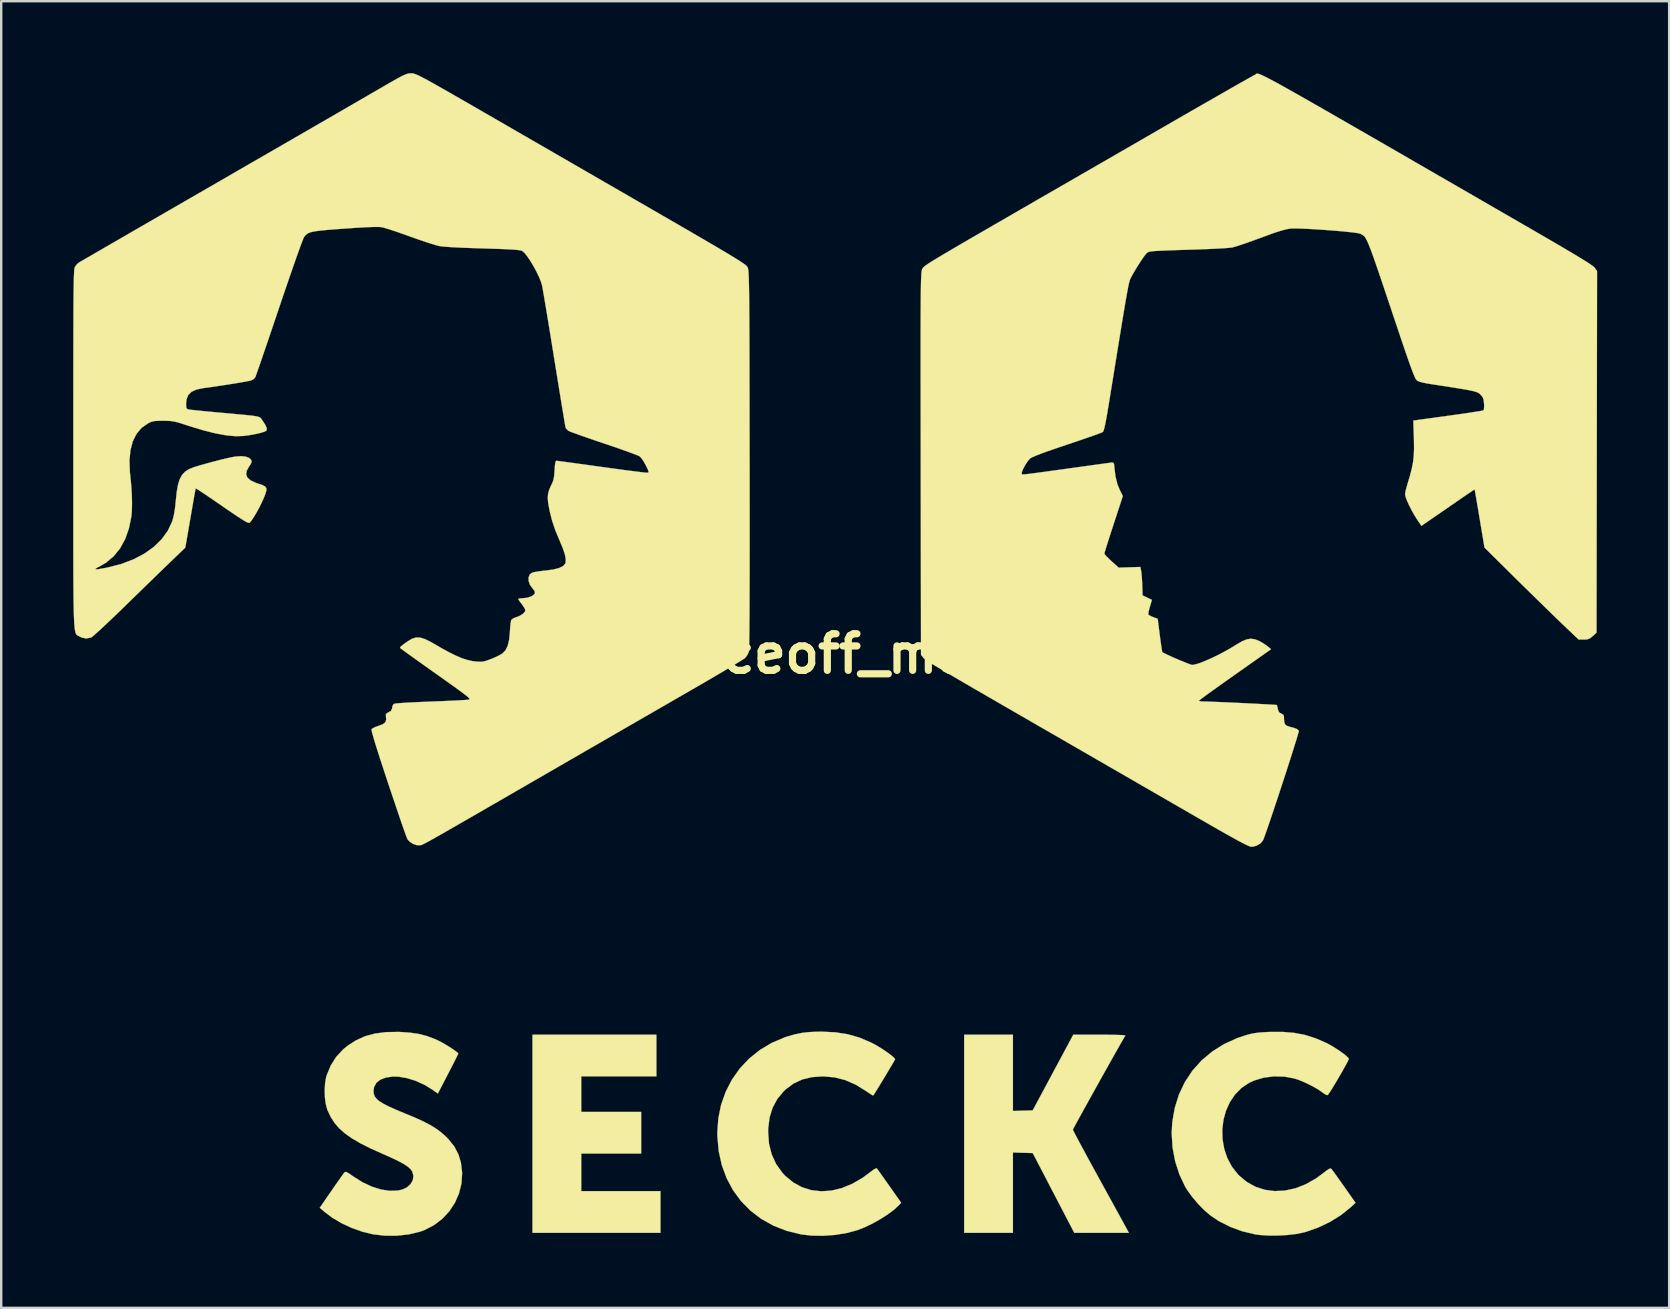
<source format=kicad_pcb>
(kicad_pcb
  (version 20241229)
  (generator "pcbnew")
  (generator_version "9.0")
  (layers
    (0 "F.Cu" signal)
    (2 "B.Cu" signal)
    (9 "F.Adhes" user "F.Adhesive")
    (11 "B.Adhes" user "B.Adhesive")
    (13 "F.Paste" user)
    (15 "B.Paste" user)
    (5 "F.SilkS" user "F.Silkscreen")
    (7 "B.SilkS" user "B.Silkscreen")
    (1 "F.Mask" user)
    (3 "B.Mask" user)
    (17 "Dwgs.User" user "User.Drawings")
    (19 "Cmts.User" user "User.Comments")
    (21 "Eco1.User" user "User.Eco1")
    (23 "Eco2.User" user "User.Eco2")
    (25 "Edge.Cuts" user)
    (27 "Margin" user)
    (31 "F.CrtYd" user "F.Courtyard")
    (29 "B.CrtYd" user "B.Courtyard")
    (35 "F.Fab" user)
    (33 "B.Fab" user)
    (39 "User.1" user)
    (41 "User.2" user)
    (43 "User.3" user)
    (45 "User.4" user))
  (footprint "faceoff_med"
    (layer "F.Cu")
    (at 31.755 24.196)
    (property "Reference" "faceoff_med" (at 0 0 0) (layer "F.SilkS") (effects (font (size 1.524 1.524) (thickness 0.3))))
    (attr through_hole)
    (fp_poly (pts (xy -7.451 17.611) (xy -10.583 17.611) (xy -10.583 19.092) (xy -8.086 19.092) (xy -8.086 20.828) (xy -10.583 20.828) (xy -10.583 22.394) (xy -7.281 22.394) (xy -7.281 24.13) (xy -12.615 24.13) (xy -12.615 15.875) (xy -7.451 15.875) (xy -7.451 17.611)) (stroke (width 0.01) (type solid)) (fill yes) (layer "F.SilkS"))
    (fp_poly (pts (xy 7.408 19.053) (xy 7.82 19.041) (xy 8.232 19.029) (xy 9.923 15.875) (xy 11.018 15.875) (xy 11.311 15.876) (xy 11.573 15.879) (xy 11.793 15.885) (xy 11.96 15.891) (xy 12.064 15.899) (xy 12.093 15.907) (xy 12.032 16.01) (xy 11.94 16.171) (xy 11.82 16.381) (xy 11.678 16.632) (xy 11.518 16.915) (xy 11.346 17.223) (xy 11.164 17.547) (xy 10.979 17.879) (xy 10.795 18.21) (xy 10.616 18.532) (xy 10.447 18.836) (xy 10.293 19.115) (xy 10.158 19.36) (xy 10.048 19.562) (xy 9.966 19.713) (xy 9.918 19.806) (xy 9.906 19.831) (xy 9.926 19.877) (xy 9.983 19.99) (xy 10.074 20.163) (xy 10.194 20.389) (xy 10.341 20.661) (xy 10.509 20.973) (xy 10.697 21.317) (xy 10.899 21.686) (xy 11.011 21.89) (xy 11.221 22.272) (xy 11.421 22.635) (xy 11.606 22.971) (xy 11.771 23.273) (xy 11.914 23.534) (xy 12.03 23.745) (xy 12.115 23.901) (xy 12.165 23.994) (xy 12.176 24.014) (xy 12.237 24.13) (xy 9.964 24.13) (xy 8.234 20.807) (xy 7.821 20.795) (xy 7.408 20.783) (xy 7.408 24.13) (xy 5.376 24.13) (xy 5.376 15.875) (xy 7.408 15.875) (xy 7.408 19.053)) (stroke (width 0.01) (type solid)) (fill yes) (layer "F.SilkS"))
    (fp_poly (pts (xy 0.002 15.774) (xy 0.523 15.856) (xy 1.016 15.997) (xy 1.499 16.204) (xy 1.636 16.274) (xy 1.808 16.372) (xy 1.987 16.485) (xy 2.16 16.603) (xy 2.311 16.714) (xy 2.426 16.809) (xy 2.49 16.876) (xy 2.498 16.895) (xy 2.477 16.937) (xy 2.42 17.037) (xy 2.334 17.184) (xy 2.228 17.362) (xy 2.11 17.56) (xy 1.987 17.764) (xy 1.867 17.96) (xy 1.759 18.137) (xy 1.671 18.279) (xy 1.61 18.375) (xy 1.586 18.409) (xy 1.547 18.393) (xy 1.458 18.338) (xy 1.336 18.256) (xy 1.305 18.234) (xy 0.865 17.961) (xy 0.427 17.768) (xy -0.019 17.653) (xy -0.485 17.611) (xy -0.527 17.611) (xy -0.977 17.643) (xy -1.377 17.741) (xy -1.734 17.908) (xy -2.055 18.146) (xy -2.142 18.228) (xy -2.41 18.55) (xy -2.607 18.913) (xy -2.733 19.32) (xy -2.79 19.773) (xy -2.794 19.939) (xy -2.757 20.422) (xy -2.646 20.864) (xy -2.461 21.266) (xy -2.204 21.626) (xy -2.078 21.76) (xy -1.745 22.034) (xy -1.381 22.232) (xy -0.992 22.354) (xy -0.583 22.4) (xy -0.159 22.372) (xy 0.275 22.268) (xy 0.711 22.09) (xy 1.146 21.837) (xy 1.495 21.577) (xy 1.61 21.491) (xy 1.697 21.446) (xy 1.734 21.446) (xy 1.769 21.491) (xy 1.844 21.594) (xy 1.951 21.745) (xy 2.083 21.931) (xy 2.232 22.142) (xy 2.26 22.181) (xy 2.75 22.878) (xy 2.655 22.979) (xy 2.451 23.168) (xy 2.184 23.367) (xy 1.876 23.564) (xy 1.546 23.748) (xy 1.214 23.907) (xy 0.929 24.018) (xy 0.485 24.138) (xy -0.005 24.218) (xy -0.512 24.254) (xy -1.007 24.245) (xy -1.429 24.194) (xy -2.029 24.045) (xy -2.581 23.829) (xy -3.083 23.547) (xy -3.531 23.206) (xy -3.923 22.808) (xy -4.254 22.357) (xy -4.521 21.859) (xy -4.722 21.316) (xy -4.852 20.734) (xy -4.908 20.115) (xy -4.911 19.963) (xy -4.87 19.364) (xy -4.753 18.791) (xy -4.561 18.25) (xy -4.301 17.746) (xy -3.975 17.285) (xy -3.588 16.873) (xy -3.145 16.516) (xy -2.648 16.218) (xy -2.103 15.986) (xy -1.976 15.944) (xy -1.669 15.857) (xy -1.378 15.799) (xy -1.072 15.764) (xy -0.723 15.75) (xy -0.566 15.748) (xy 0.002 15.774)) (stroke (width 0.01) (type solid)) (fill yes) (layer "F.SilkS"))
    (fp_poly (pts (xy 19.149 15.801) (xy 19.6 15.89) (xy 20.039 16.031) (xy 20.468 16.218) (xy 20.641 16.31) (xy 20.828 16.423) (xy 21.013 16.544) (xy 21.179 16.663) (xy 21.31 16.768) (xy 21.391 16.849) (xy 21.407 16.875) (xy 21.391 16.922) (xy 21.339 17.027) (xy 21.258 17.178) (xy 21.156 17.361) (xy 21.041 17.562) (xy 20.921 17.768) (xy 20.803 17.965) (xy 20.696 18.141) (xy 20.606 18.28) (xy 20.543 18.371) (xy 20.528 18.389) (xy 20.479 18.387) (xy 20.39 18.339) (xy 20.327 18.293) (xy 20.125 18.154) (xy 19.871 18.009) (xy 19.594 17.873) (xy 19.325 17.76) (xy 19.136 17.698) (xy 18.716 17.62) (xy 18.283 17.61) (xy 17.857 17.665) (xy 17.458 17.784) (xy 17.252 17.879) (xy 16.931 18.095) (xy 16.662 18.368) (xy 16.446 18.688) (xy 16.286 19.044) (xy 16.181 19.427) (xy 16.133 19.825) (xy 16.143 20.229) (xy 16.212 20.629) (xy 16.341 21.013) (xy 16.532 21.373) (xy 16.786 21.696) (xy 16.827 21.739) (xy 17.156 22.013) (xy 17.518 22.213) (xy 17.908 22.339) (xy 18.319 22.392) (xy 18.743 22.371) (xy 19.175 22.277) (xy 19.607 22.109) (xy 20.033 21.868) (xy 20.337 21.646) (xy 20.481 21.534) (xy 20.576 21.471) (xy 20.636 21.45) (xy 20.675 21.465) (xy 20.68 21.47) (xy 20.721 21.521) (xy 20.801 21.63) (xy 20.913 21.785) (xy 21.048 21.974) (xy 21.197 22.185) (xy 21.209 22.203) (xy 21.685 22.88) (xy 21.463 23.083) (xy 21.07 23.397) (xy 20.618 23.677) (xy 20.128 23.912) (xy 19.622 24.089) (xy 19.527 24.115) (xy 19.212 24.179) (xy 18.842 24.222) (xy 18.446 24.244) (xy 18.053 24.243) (xy 17.692 24.22) (xy 17.492 24.192) (xy 16.964 24.066) (xy 16.455 23.878) (xy 15.984 23.639) (xy 15.628 23.399) (xy 15.377 23.182) (xy 15.12 22.918) (xy 14.878 22.632) (xy 14.674 22.351) (xy 14.59 22.215) (xy 14.346 21.701) (xy 14.168 21.146) (xy 14.059 20.566) (xy 14.024 19.976) (xy 14.048 19.533) (xy 14.151 18.931) (xy 14.327 18.368) (xy 14.574 17.848) (xy 14.889 17.373) (xy 15.268 16.949) (xy 15.709 16.579) (xy 16.207 16.266) (xy 16.759 16.015) (xy 17.124 15.893) (xy 17.311 15.843) (xy 17.492 15.808) (xy 17.692 15.784) (xy 17.936 15.767) (xy 18.124 15.759) (xy 18.664 15.759) (xy 19.149 15.801)) (stroke (width 0.01) (type solid)) (fill yes) (layer "F.SilkS"))
    (fp_poly (pts (xy -18.14 15.76) (xy -17.721 15.789) (xy -17.358 15.842) (xy -17.025 15.927) (xy -16.696 16.05) (xy -16.56 16.11) (xy -16.422 16.18) (xy -16.261 16.271) (xy -16.095 16.372) (xy -15.94 16.473) (xy -15.813 16.562) (xy -15.73 16.629) (xy -15.706 16.661) (xy -15.724 16.703) (xy -15.776 16.809) (xy -15.856 16.967) (xy -15.959 17.168) (xy -16.078 17.399) (xy -16.132 17.504) (xy -16.558 18.326) (xy -16.759 18.182) (xy -17.099 17.971) (xy -17.466 17.803) (xy -17.838 17.685) (xy -18.196 17.623) (xy -18.433 17.618) (xy -18.726 17.66) (xy -18.957 17.749) (xy -19.122 17.882) (xy -19.217 18.058) (xy -19.241 18.225) (xy -19.228 18.342) (xy -19.187 18.449) (xy -19.109 18.551) (xy -18.988 18.652) (xy -18.815 18.759) (xy -18.584 18.876) (xy -18.286 19.008) (xy -17.921 19.16) (xy -17.509 19.331) (xy -17.167 19.488) (xy -16.881 19.636) (xy -16.64 19.783) (xy -16.43 19.937) (xy -16.24 20.104) (xy -16.123 20.222) (xy -15.875 20.53) (xy -15.702 20.857) (xy -15.597 21.203) (xy -15.546 21.641) (xy -15.574 22.071) (xy -15.676 22.486) (xy -15.847 22.877) (xy -16.081 23.234) (xy -16.374 23.548) (xy -16.72 23.811) (xy -17.113 24.014) (xy -17.301 24.083) (xy -17.764 24.194) (xy -18.265 24.25) (xy -18.778 24.248) (xy -19.267 24.191) (xy -19.701 24.085) (xy -20.143 23.928) (xy -20.57 23.73) (xy -20.957 23.502) (xy -21.27 23.267) (xy -21.479 23.086) (xy -20.999 22.391) (xy -20.848 22.173) (xy -20.711 21.977) (xy -20.595 21.812) (xy -20.509 21.693) (xy -20.462 21.629) (xy -20.459 21.626) (xy -20.424 21.596) (xy -20.38 21.594) (xy -20.311 21.626) (xy -20.201 21.698) (xy -20.094 21.774) (xy -19.708 22.018) (xy -19.318 22.203) (xy -18.934 22.325) (xy -18.567 22.381) (xy -18.228 22.37) (xy -18.045 22.33) (xy -17.846 22.238) (xy -17.695 22.101) (xy -17.602 21.937) (xy -17.575 21.758) (xy -17.622 21.582) (xy -17.627 21.572) (xy -17.693 21.479) (xy -17.793 21.385) (xy -17.938 21.286) (xy -18.133 21.175) (xy -18.389 21.049) (xy -18.714 20.902) (xy -18.873 20.832) (xy -19.368 20.61) (xy -19.787 20.399) (xy -20.138 20.193) (xy -20.43 19.987) (xy -20.669 19.775) (xy -20.864 19.549) (xy -21.021 19.305) (xy -21.149 19.036) (xy -21.168 18.986) (xy -21.229 18.761) (xy -21.265 18.484) (xy -21.274 18.186) (xy -21.257 17.895) (xy -21.213 17.642) (xy -21.191 17.568) (xy -21.018 17.153) (xy -20.795 16.8) (xy -20.514 16.496) (xy -20.325 16.34) (xy -19.969 16.109) (xy -19.59 15.939) (xy -19.176 15.826) (xy -18.715 15.767) (xy -18.197 15.758) (xy -18.14 15.76)) (stroke (width 0.01) (type solid)) (fill yes) (layer "F.SilkS"))
    (fp_poly (pts (xy 17.603 -24.176) (xy 17.641 -24.168) (xy 17.691 -24.152) (xy 17.755 -24.126) (xy 17.837 -24.089) (xy 17.938 -24.039) (xy 18.062 -23.976) (xy 18.21 -23.898) (xy 18.385 -23.803) (xy 18.59 -23.691) (xy 18.827 -23.559) (xy 19.098 -23.406) (xy 19.406 -23.232) (xy 19.754 -23.034) (xy 20.143 -22.812) (xy 20.577 -22.563) (xy 21.057 -22.287) (xy 21.587 -21.982) (xy 22.169 -21.647) (xy 22.804 -21.281) (xy 23.497 -20.881) (xy 24.248 -20.447) (xy 25.061 -19.977) (xy 25.939 -19.471) (xy 26.882 -18.925) (xy 27.895 -18.34) (xy 28.723 -17.862) (xy 29.277 -17.542) (xy 29.76 -17.261) (xy 30.179 -17.017) (xy 30.535 -16.807) (xy 30.834 -16.629) (xy 31.08 -16.48) (xy 31.277 -16.358) (xy 31.428 -16.261) (xy 31.538 -16.185) (xy 31.611 -16.129) (xy 31.651 -16.09) (xy 31.655 -16.085) (xy 31.751 -15.946) (xy 31.74 -8.414) (xy 31.729 -0.882) (xy 31.571 -0.738) (xy 31.458 -0.647) (xy 31.355 -0.604) (xy 31.217 -0.593) (xy 31.198 -0.593) (xy 30.983 -0.593) (xy 30.276 -1.267) (xy 30.082 -1.453) (xy 29.84 -1.688) (xy 29.562 -1.959) (xy 29.259 -2.255) (xy 28.944 -2.564) (xy 28.628 -2.874) (xy 28.323 -3.175) (xy 28.315 -3.183) (xy 27.061 -4.424) (xy 26.859 -5.63) (xy 26.807 -5.939) (xy 26.76 -6.219) (xy 26.719 -6.46) (xy 26.686 -6.651) (xy 26.663 -6.783) (xy 26.651 -6.844) (xy 26.65 -6.847) (xy 26.614 -6.828) (xy 26.522 -6.769) (xy 26.385 -6.677) (xy 26.216 -6.562) (xy 26.138 -6.507) (xy 25.916 -6.354) (xy 25.652 -6.172) (xy 25.376 -5.981) (xy 25.114 -5.801) (xy 25.032 -5.745) (xy 24.431 -5.332) (xy 24.258 -5.587) (xy 24.144 -5.767) (xy 24.03 -5.97) (xy 23.925 -6.176) (xy 23.837 -6.367) (xy 23.776 -6.526) (xy 23.75 -6.634) (xy 23.75 -6.644) (xy 23.762 -6.736) (xy 23.795 -6.879) (xy 23.842 -7.046) (xy 23.851 -7.078) (xy 23.956 -7.427) (xy 24.031 -7.722) (xy 24.083 -7.987) (xy 24.112 -8.248) (xy 24.124 -8.527) (xy 24.121 -8.851) (xy 24.118 -8.976) (xy 24.094 -9.719) (xy 25.532 -9.917) (xy 25.872 -9.964) (xy 26.186 -10.009) (xy 26.464 -10.05) (xy 26.696 -10.086) (xy 26.872 -10.114) (xy 26.982 -10.134) (xy 27.015 -10.143) (xy 27.039 -10.201) (xy 27.046 -10.325) (xy 27.042 -10.421) (xy 27.024 -10.579) (xy 26.987 -10.686) (xy 26.918 -10.777) (xy 26.895 -10.801) (xy 26.856 -10.837) (xy 26.811 -10.869) (xy 26.753 -10.898) (xy 26.672 -10.926) (xy 26.562 -10.954) (xy 26.415 -10.986) (xy 26.221 -11.021) (xy 25.974 -11.062) (xy 25.664 -11.111) (xy 25.285 -11.17) (xy 24.962 -11.219) (xy 24.698 -11.261) (xy 24.506 -11.298) (xy 24.372 -11.333) (xy 24.282 -11.369) (xy 24.232 -11.404) (xy 24.201 -11.444) (xy 24.16 -11.522) (xy 24.108 -11.642) (xy 24.042 -11.811) (xy 23.96 -12.034) (xy 23.86 -12.317) (xy 23.74 -12.665) (xy 23.598 -13.083) (xy 23.478 -13.441) (xy 23.261 -14.088) (xy 23.069 -14.661) (xy 22.901 -15.162) (xy 22.754 -15.598) (xy 22.626 -15.973) (xy 22.516 -16.292) (xy 22.422 -16.56) (xy 22.342 -16.782) (xy 22.273 -16.961) (xy 22.214 -17.105) (xy 22.164 -17.216) (xy 22.119 -17.3) (xy 22.079 -17.363) (xy 22.041 -17.407) (xy 22.004 -17.44) (xy 21.965 -17.464) (xy 21.924 -17.486) (xy 21.883 -17.506) (xy 21.808 -17.526) (xy 21.661 -17.549) (xy 21.456 -17.573) (xy 21.203 -17.599) (xy 20.917 -17.625) (xy 20.61 -17.649) (xy 20.295 -17.672) (xy 19.985 -17.692) (xy 19.691 -17.708) (xy 19.428 -17.72) (xy 19.207 -17.726) (xy 19.042 -17.725) (xy 18.982 -17.722) (xy 18.814 -17.694) (xy 18.588 -17.634) (xy 18.322 -17.55) (xy 18.156 -17.491) (xy 17.741 -17.338) (xy 17.398 -17.214) (xy 17.119 -17.115) (xy 16.898 -17.039) (xy 16.727 -16.984) (xy 16.6 -16.947) (xy 16.552 -16.935) (xy 16.463 -16.923) (xy 16.301 -16.909) (xy 16.079 -16.894) (xy 15.808 -16.88) (xy 15.502 -16.866) (xy 15.171 -16.854) (xy 15.028 -16.849) (xy 14.576 -16.835) (xy 14.2 -16.823) (xy 13.894 -16.812) (xy 13.649 -16.802) (xy 13.458 -16.793) (xy 13.313 -16.784) (xy 13.205 -16.774) (xy 13.129 -16.763) (xy 13.075 -16.75) (xy 13.036 -16.735) (xy 13.004 -16.718) (xy 13.004 -16.718) (xy 12.948 -16.661) (xy 12.861 -16.546) (xy 12.752 -16.388) (xy 12.632 -16.202) (xy 12.511 -16.005) (xy 12.398 -15.811) (xy 12.305 -15.637) (xy 12.304 -15.636) (xy 12.286 -15.593) (xy 12.267 -15.532) (xy 12.244 -15.444) (xy 12.218 -15.326) (xy 12.188 -15.169) (xy 12.151 -14.968) (xy 12.107 -14.718) (xy 12.055 -14.411) (xy 11.993 -14.042) (xy 11.921 -13.605) (xy 11.838 -13.094) (xy 11.791 -12.806) (xy 11.727 -12.413) (xy 11.655 -11.969) (xy 11.58 -11.504) (xy 11.506 -11.048) (xy 11.438 -10.631) (xy 11.41 -10.457) (xy 11.349 -10.09) (xy 11.299 -9.8) (xy 11.256 -9.579) (xy 11.22 -9.419) (xy 11.19 -9.314) (xy 11.163 -9.255) (xy 11.15 -9.241) (xy 11.094 -9.216) (xy 10.968 -9.168) (xy 10.781 -9.1) (xy 10.542 -9.016) (xy 10.261 -8.919) (xy 9.949 -8.813) (xy 9.666 -8.718) (xy 9.216 -8.566) (xy 8.846 -8.438) (xy 8.553 -8.331) (xy 8.336 -8.245) (xy 8.192 -8.181) (xy 8.124 -8.139) (xy 8.046 -8.054) (xy 7.961 -7.933) (xy 7.88 -7.796) (xy 7.814 -7.664) (xy 7.775 -7.557) (xy 7.773 -7.495) (xy 7.776 -7.492) (xy 7.785 -7.484) (xy 7.798 -7.479) (xy 7.822 -7.476) (xy 7.865 -7.476) (xy 7.932 -7.482) (xy 8.032 -7.493) (xy 8.17 -7.51) (xy 8.355 -7.534) (xy 8.592 -7.566) (xy 8.888 -7.606) (xy 9.252 -7.656) (xy 9.689 -7.717) (xy 9.927 -7.75) (xy 10.28 -7.799) (xy 10.608 -7.844) (xy 10.902 -7.885) (xy 11.152 -7.919) (xy 11.348 -7.946) (xy 11.479 -7.963) (xy 11.536 -7.971) (xy 11.592 -7.962) (xy 11.62 -7.908) (xy 11.632 -7.811) (xy 11.678 -7.408) (xy 11.761 -7.071) (xy 11.854 -6.842) (xy 11.987 -6.572) (xy 11.603 -5.398) (xy 11.505 -5.097) (xy 11.416 -4.822) (xy 11.34 -4.582) (xy 11.279 -4.388) (xy 11.238 -4.251) (xy 11.22 -4.182) (xy 11.219 -4.176) (xy 11.249 -4.128) (xy 11.328 -4.04) (xy 11.444 -3.926) (xy 11.517 -3.858) (xy 11.815 -3.589) (xy 12.267 -3.604) (xy 12.72 -3.619) (xy 12.751 -3.45) (xy 12.767 -3.333) (xy 12.781 -3.16) (xy 12.793 -2.96) (xy 12.797 -2.857) (xy 12.81 -2.434) (xy 13.005 -2.34) (xy 13.2 -2.246) (xy 13.117 -1.967) (xy 13.077 -1.82) (xy 13.052 -1.704) (xy 13.048 -1.643) (xy 13.094 -1.602) (xy 13.193 -1.552) (xy 13.252 -1.528) (xy 13.441 -1.458) (xy 13.528 -0.772) (xy 13.558 -0.541) (xy 13.587 -0.341) (xy 13.61 -0.186) (xy 13.627 -0.091) (xy 13.634 -0.068) (xy 13.69 -0.034) (xy 13.807 0.023) (xy 13.967 0.097) (xy 14.154 0.18) (xy 14.351 0.264) (xy 14.539 0.342) (xy 14.701 0.406) (xy 14.821 0.45) (xy 14.879 0.466) (xy 15.01 0.444) (xy 15.199 0.385) (xy 15.432 0.293) (xy 15.697 0.176) (xy 15.978 0.039) (xy 16.262 -0.111) (xy 16.536 -0.268) (xy 16.706 -0.374) (xy 16.947 -0.515) (xy 17.145 -0.599) (xy 17.32 -0.628) (xy 17.489 -0.605) (xy 17.662 -0.537) (xy 17.816 -0.452) (xy 17.961 -0.358) (xy 18.025 -0.309) (xy 18.165 -0.191) (xy 16.662 0.868) (xy 16.346 1.091) (xy 16.053 1.299) (xy 15.79 1.488) (xy 15.563 1.651) (xy 15.379 1.786) (xy 15.246 1.885) (xy 15.171 1.944) (xy 15.157 1.958) (xy 15.194 1.976) (xy 15.292 1.987) (xy 15.378 1.99) (xy 15.481 1.992) (xy 15.648 1.997) (xy 15.867 2.006) (xy 16.127 2.016) (xy 16.415 2.029) (xy 16.721 2.043) (xy 17.033 2.058) (xy 17.339 2.073) (xy 17.628 2.088) (xy 17.887 2.102) (xy 18.106 2.114) (xy 18.273 2.124) (xy 18.377 2.132) (xy 18.406 2.136) (xy 18.422 2.182) (xy 18.44 2.267) (xy 18.47 2.387) (xy 18.517 2.453) (xy 18.606 2.498) (xy 18.609 2.499) (xy 18.676 2.539) (xy 18.703 2.608) (xy 18.704 2.706) (xy 18.713 2.831) (xy 18.742 2.926) (xy 18.751 2.939) (xy 18.785 2.975) (xy 18.829 3.003) (xy 18.904 3.03) (xy 19.029 3.065) (xy 19.122 3.089) (xy 19.244 3.136) (xy 19.316 3.195) (xy 19.322 3.209) (xy 19.313 3.259) (xy 19.28 3.381) (xy 19.225 3.565) (xy 19.151 3.802) (xy 19.063 4.085) (xy 18.962 4.403) (xy 18.851 4.748) (xy 18.733 5.111) (xy 18.611 5.484) (xy 18.489 5.857) (xy 18.368 6.221) (xy 18.252 6.568) (xy 18.144 6.889) (xy 18.047 7.175) (xy 17.963 7.416) (xy 17.896 7.605) (xy 17.848 7.732) (xy 17.826 7.782) (xy 17.722 7.902) (xy 17.568 7.994) (xy 17.398 8.041) (xy 17.355 8.043) (xy 17.311 8.036) (xy 17.241 8.011) (xy 17.141 7.966) (xy 17.005 7.899) (xy 16.83 7.807) (xy 16.61 7.686) (xy 16.34 7.536) (xy 16.015 7.352) (xy 15.63 7.132) (xy 15.181 6.874) (xy 14.836 6.675) (xy 14.362 6.401) (xy 13.829 6.093) (xy 13.253 5.761) (xy 12.649 5.412) (xy 12.033 5.056) (xy 11.418 4.702) (xy 10.821 4.357) (xy 10.257 4.031) (xy 9.8 3.768) (xy 9.019 3.317) (xy 8.308 2.907) (xy 7.663 2.534) (xy 7.082 2.199) (xy 6.561 1.897) (xy 6.097 1.628) (xy 5.685 1.39) (xy 5.324 1.18) (xy 5.01 0.997) (xy 4.739 0.838) (xy 4.508 0.702) (xy 4.313 0.586) (xy 4.152 0.49) (xy 4.021 0.41) (xy 3.917 0.344) (xy 3.836 0.292) (xy 3.775 0.25) (xy 3.73 0.217) (xy 3.699 0.192) (xy 3.678 0.171) (xy 3.666 0.156) (xy 3.577 0.036) (xy 3.566 -7.93) (xy 3.565 -8.895) (xy 3.564 -9.779) (xy 3.563 -10.586) (xy 3.562 -11.318) (xy 3.562 -11.981) (xy 3.562 -12.577) (xy 3.562 -13.11) (xy 3.562 -13.584) (xy 3.563 -14.002) (xy 3.565 -14.369) (xy 3.567 -14.686) (xy 3.569 -14.96) (xy 3.572 -15.191) (xy 3.575 -15.386) (xy 3.579 -15.546) (xy 3.584 -15.677) (xy 3.589 -15.78) (xy 3.595 -15.861) (xy 3.601 -15.922) (xy 3.608 -15.967) (xy 3.616 -16.001) (xy 3.625 -16.025) (xy 3.634 -16.044) (xy 3.646 -16.066) (xy 3.661 -16.087) (xy 3.683 -16.111) (xy 3.715 -16.14) (xy 3.761 -16.176) (xy 3.823 -16.22) (xy 3.907 -16.276) (xy 4.014 -16.344) (xy 4.148 -16.427) (xy 4.314 -16.527) (xy 4.513 -16.646) (xy 4.751 -16.786) (xy 5.03 -16.95) (xy 5.353 -17.139) (xy 5.725 -17.355) (xy 6.148 -17.6) (xy 6.626 -17.877) (xy 7.163 -18.187) (xy 7.762 -18.533) (xy 8.426 -18.917) (xy 9.159 -19.34) (xy 9.381 -19.468) (xy 9.576 -19.58) (xy 9.838 -19.731) (xy 10.158 -19.916) (xy 10.529 -20.13) (xy 10.944 -20.37) (xy 11.396 -20.63) (xy 11.877 -20.908) (xy 12.38 -21.198) (xy 12.897 -21.497) (xy 13.422 -21.8) (xy 13.884 -22.067) (xy 14.383 -22.355) (xy 14.864 -22.632) (xy 15.321 -22.894) (xy 15.749 -23.139) (xy 16.141 -23.364) (xy 16.494 -23.566) (xy 16.801 -23.741) (xy 17.058 -23.886) (xy 17.258 -23.999) (xy 17.397 -24.076) (xy 17.47 -24.114) (xy 17.476 -24.117) (xy 17.497 -24.128) (xy 17.513 -24.141) (xy 17.526 -24.154) (xy 17.539 -24.165) (xy 17.555 -24.173) (xy 17.575 -24.177) (xy 17.603 -24.176)) (stroke (width 0.01) (type solid)) (fill yes) (layer "F.SilkS"))
    (fp_poly (pts (xy -17.635 -24.19) (xy -17.593 -24.185) (xy -17.543 -24.172) (xy -17.48 -24.15) (xy -17.4 -24.116) (xy -17.297 -24.067) (xy -17.167 -24) (xy -17.005 -23.913) (xy -16.807 -23.804) (xy -16.567 -23.669) (xy -16.28 -23.506) (xy -15.943 -23.313) (xy -15.549 -23.087) (xy -15.095 -22.826) (xy -14.575 -22.525) (xy -14.224 -22.323) (xy -13.672 -22.004) (xy -13.061 -21.65) (xy -12.401 -21.27) (xy -11.708 -20.869) (xy -10.994 -20.457) (xy -10.271 -20.039) (xy -9.554 -19.625) (xy -8.855 -19.221) (xy -8.186 -18.835) (xy -7.562 -18.474) (xy -7.367 -18.361) (xy -6.759 -18.01) (xy -6.221 -17.699) (xy -5.749 -17.424) (xy -5.337 -17.184) (xy -4.982 -16.977) (xy -4.68 -16.798) (xy -4.427 -16.647) (xy -4.218 -16.52) (xy -4.05 -16.416) (xy -3.918 -16.33) (xy -3.818 -16.262) (xy -3.745 -16.209) (xy -3.697 -16.167) (xy -3.668 -16.135) (xy -3.662 -16.126) (xy -3.652 -16.107) (xy -3.643 -16.086) (xy -3.634 -16.058) (xy -3.626 -16.02) (xy -3.619 -15.968) (xy -3.612 -15.898) (xy -3.607 -15.808) (xy -3.601 -15.692) (xy -3.597 -15.549) (xy -3.593 -15.373) (xy -3.589 -15.161) (xy -3.586 -14.911) (xy -3.583 -14.617) (xy -3.581 -14.276) (xy -3.578 -13.885) (xy -3.576 -13.44) (xy -3.575 -12.938) (xy -3.573 -12.374) (xy -3.572 -11.745) (xy -3.571 -11.048) (xy -3.569 -10.278) (xy -3.568 -9.433) (xy -3.567 -8.508) (xy -3.566 -8.113) (xy -3.565 -7.04) (xy -3.564 -6.04) (xy -3.564 -5.115) (xy -3.564 -4.264) (xy -3.565 -3.49) (xy -3.567 -2.792) (xy -3.569 -2.173) (xy -3.571 -1.632) (xy -3.575 -1.17) (xy -3.578 -0.789) (xy -3.582 -0.489) (xy -3.587 -0.272) (xy -3.592 -0.137) (xy -3.597 -0.089) (xy -3.659 0.049) (xy -3.751 0.171) (xy -3.756 0.176) (xy -3.814 0.217) (xy -3.938 0.296) (xy -4.122 0.408) (xy -4.358 0.55) (xy -4.64 0.718) (xy -4.961 0.907) (xy -5.313 1.113) (xy -5.69 1.332) (xy -5.99 1.505) (xy -6.343 1.709) (xy -6.76 1.949) (xy -7.232 2.222) (xy -7.749 2.52) (xy -8.303 2.839) (xy -8.883 3.174) (xy -9.481 3.52) (xy -10.087 3.869) (xy -10.692 4.219) (xy -11.287 4.562) (xy -11.853 4.89) (xy -12.581 5.31) (xy -13.239 5.69) (xy -13.831 6.032) (xy -14.361 6.338) (xy -14.832 6.61) (xy -15.247 6.849) (xy -15.611 7.058) (xy -15.926 7.24) (xy -16.197 7.395) (xy -16.428 7.527) (xy -16.621 7.636) (xy -16.78 7.726) (xy -16.909 7.798) (xy -17.012 7.854) (xy -17.092 7.897) (xy -17.153 7.928) (xy -17.198 7.949) (xy -17.231 7.963) (xy -17.256 7.971) (xy -17.276 7.976) (xy -17.295 7.98) (xy -17.296 7.98) (xy -17.438 7.974) (xy -17.59 7.923) (xy -17.713 7.844) (xy -17.811 7.747) (xy -17.827 7.721) (xy -17.853 7.659) (xy -17.903 7.523) (xy -17.974 7.324) (xy -18.064 7.067) (xy -18.169 6.761) (xy -18.287 6.414) (xy -18.415 6.033) (xy -18.552 5.627) (xy -18.627 5.401) (xy -18.805 4.864) (xy -18.955 4.405) (xy -19.078 4.021) (xy -19.175 3.71) (xy -19.247 3.468) (xy -19.295 3.295) (xy -19.318 3.186) (xy -19.319 3.141) (xy -19.26 3.097) (xy -19.146 3.044) (xy -19.017 2.999) (xy -18.845 2.932) (xy -18.747 2.853) (xy -18.71 2.746) (xy -18.722 2.6) (xy -18.721 2.512) (xy -18.66 2.461) (xy -18.633 2.45) (xy -18.515 2.382) (xy -18.464 2.281) (xy -18.458 2.211) (xy -18.42 2.116) (xy -18.362 2.079) (xy -18.298 2.07) (xy -18.16 2.058) (xy -17.959 2.044) (xy -17.705 2.03) (xy -17.408 2.015) (xy -17.08 2.001) (xy -16.828 1.991) (xy -16.482 1.978) (xy -16.158 1.964) (xy -15.869 1.951) (xy -15.624 1.938) (xy -15.434 1.926) (xy -15.311 1.916) (xy -15.269 1.91) (xy -15.244 1.901) (xy -15.237 1.883) (xy -15.253 1.854) (xy -15.297 1.808) (xy -15.375 1.742) (xy -15.493 1.651) (xy -15.656 1.53) (xy -15.869 1.376) (xy -16.138 1.184) (xy -16.469 0.949) (xy -16.633 0.833) (xy -16.947 0.611) (xy -17.239 0.403) (xy -17.502 0.215) (xy -17.729 0.052) (xy -17.913 -0.082) (xy -18.047 -0.179) (xy -18.123 -0.237) (xy -18.137 -0.25) (xy -18.115 -0.287) (xy -18.039 -0.355) (xy -17.927 -0.44) (xy -17.798 -0.528) (xy -17.669 -0.606) (xy -17.624 -0.63) (xy -17.468 -0.68) (xy -17.293 -0.674) (xy -17.087 -0.61) (xy -16.839 -0.486) (xy -16.783 -0.454) (xy -16.4 -0.232) (xy -16.076 -0.056) (xy -15.798 0.082) (xy -15.555 0.184) (xy -15.338 0.255) (xy -15.133 0.302) (xy -14.943 0.326) (xy -14.791 0.334) (xy -14.665 0.324) (xy -14.533 0.29) (xy -14.362 0.227) (xy -14.334 0.216) (xy -14.162 0.142) (xy -14.004 0.067) (xy -13.891 0.003) (xy -13.875 -0.007) (xy -13.744 -0.139) (xy -13.65 -0.326) (xy -13.588 -0.577) (xy -13.556 -0.9) (xy -13.556 -0.91) (xy -13.544 -1.098) (xy -13.527 -1.259) (xy -13.509 -1.371) (xy -13.498 -1.406) (xy -13.435 -1.464) (xy -13.326 -1.514) (xy -13.297 -1.523) (xy -13.142 -1.583) (xy -13.013 -1.665) (xy -12.93 -1.755) (xy -12.912 -1.813) (xy -12.937 -1.884) (xy -13.002 -1.991) (xy -13.06 -2.07) (xy -13.141 -2.176) (xy -13.195 -2.256) (xy -13.208 -2.284) (xy -13.17 -2.301) (xy -13.073 -2.313) (xy -13.004 -2.315) (xy -12.819 -2.338) (xy -12.659 -2.394) (xy -12.547 -2.472) (xy -12.513 -2.524) (xy -12.525 -2.612) (xy -12.613 -2.728) (xy -12.722 -2.879) (xy -12.776 -3.039) (xy -12.776 -3.19) (xy -12.721 -3.312) (xy -12.626 -3.381) (xy -12.535 -3.405) (xy -12.383 -3.431) (xy -12.197 -3.455) (xy -12.079 -3.467) (xy -11.748 -3.511) (xy -11.498 -3.576) (xy -11.33 -3.662) (xy -11.243 -3.768) (xy -11.235 -3.791) (xy -11.227 -3.94) (xy -11.265 -4.142) (xy -11.351 -4.402) (xy -11.486 -4.726) (xy -11.487 -4.727) (xy -11.663 -5.15) (xy -11.797 -5.549) (xy -11.901 -5.962) (xy -11.914 -6.027) (xy -11.962 -6.295) (xy -11.978 -6.507) (xy -11.962 -6.686) (xy -11.91 -6.856) (xy -11.846 -6.997) (xy -11.777 -7.143) (xy -11.734 -7.274) (xy -11.709 -7.422) (xy -11.694 -7.619) (xy -11.692 -7.652) (xy -11.678 -7.857) (xy -11.658 -7.985) (xy -11.632 -8.04) (xy -11.621 -8.043) (xy -11.57 -8.038) (xy -11.443 -8.021) (xy -11.25 -7.996) (xy -10.999 -7.962) (xy -10.7 -7.921) (xy -10.361 -7.875) (xy -9.992 -7.823) (xy -9.734 -7.788) (xy -9.347 -7.734) (xy -8.985 -7.685) (xy -8.656 -7.641) (xy -8.368 -7.605) (xy -8.132 -7.575) (xy -7.956 -7.555) (xy -7.849 -7.545) (xy -7.82 -7.544) (xy -7.784 -7.557) (xy -7.776 -7.591) (xy -7.798 -7.661) (xy -7.856 -7.783) (xy -7.893 -7.859) (xy -7.98 -8.013) (xy -8.069 -8.144) (xy -8.144 -8.226) (xy -8.154 -8.233) (xy -8.219 -8.263) (xy -8.355 -8.316) (xy -8.55 -8.389) (xy -8.795 -8.477) (xy -9.08 -8.577) (xy -9.395 -8.685) (xy -9.646 -8.77) (xy -9.975 -8.881) (xy -10.281 -8.987) (xy -10.555 -9.082) (xy -10.786 -9.165) (xy -10.964 -9.23) (xy -11.08 -9.276) (xy -11.12 -9.294) (xy -11.2 -9.368) (xy -11.235 -9.429) (xy -11.245 -9.482) (xy -11.268 -9.613) (xy -11.302 -9.812) (xy -11.345 -10.074) (xy -11.398 -10.391) (xy -11.457 -10.756) (xy -11.524 -11.162) (xy -11.595 -11.601) (xy -11.67 -12.068) (xy -11.704 -12.277) (xy -11.782 -12.76) (xy -11.857 -13.226) (xy -11.929 -13.666) (xy -11.996 -14.073) (xy -12.057 -14.438) (xy -12.11 -14.754) (xy -12.154 -15.014) (xy -12.188 -15.208) (xy -12.21 -15.329) (xy -12.215 -15.352) (xy -12.266 -15.521) (xy -12.351 -15.725) (xy -12.46 -15.948) (xy -12.583 -16.174) (xy -12.712 -16.387) (xy -12.838 -16.571) (xy -12.949 -16.709) (xy -13.039 -16.785) (xy -13.04 -16.786) (xy -13.089 -16.804) (xy -13.167 -16.82) (xy -13.281 -16.834) (xy -13.439 -16.846) (xy -13.649 -16.858) (xy -13.92 -16.87) (xy -14.258 -16.881) (xy -14.673 -16.894) (xy -14.701 -16.894) (xy -15.151 -16.909) (xy -15.551 -16.924) (xy -15.893 -16.941) (xy -16.171 -16.958) (xy -16.378 -16.976) (xy -16.508 -16.994) (xy -16.511 -16.995) (xy -16.631 -17.026) (xy -16.814 -17.082) (xy -17.046 -17.157) (xy -17.311 -17.247) (xy -17.594 -17.346) (xy -17.739 -17.398) (xy -18.019 -17.498) (xy -18.286 -17.591) (xy -18.524 -17.67) (xy -18.72 -17.731) (xy -18.859 -17.77) (xy -18.905 -17.78) (xy -19.031 -17.789) (xy -19.24 -17.788) (xy -19.534 -17.777) (xy -19.911 -17.756) (xy -20.373 -17.725) (xy -20.451 -17.719) (xy -20.849 -17.69) (xy -21.173 -17.664) (xy -21.43 -17.639) (xy -21.63 -17.614) (xy -21.783 -17.587) (xy -21.897 -17.555) (xy -21.981 -17.517) (xy -22.045 -17.47) (xy -22.098 -17.414) (xy -22.137 -17.361) (xy -22.165 -17.301) (xy -22.218 -17.167) (xy -22.292 -16.967) (xy -22.386 -16.707) (xy -22.497 -16.393) (xy -22.623 -16.034) (xy -22.761 -15.635) (xy -22.909 -15.203) (xy -23.065 -14.745) (xy -23.174 -14.422) (xy -23.333 -13.952) (xy -23.484 -13.504) (xy -23.627 -13.086) (xy -23.757 -12.702) (xy -23.874 -12.361) (xy -23.974 -12.069) (xy -24.056 -11.833) (xy -24.117 -11.659) (xy -24.156 -11.553) (xy -24.167 -11.524) (xy -24.238 -11.448) (xy -24.329 -11.396) (xy -24.404 -11.377) (xy -24.549 -11.348) (xy -24.752 -11.312) (xy -25 -11.27) (xy -25.28 -11.225) (xy -25.58 -11.179) (xy -25.886 -11.133) (xy -26.185 -11.091) (xy -26.352 -11.068) (xy -26.627 -11.01) (xy -26.828 -10.916) (xy -26.962 -10.78) (xy -27.034 -10.599) (xy -27.051 -10.417) (xy -27.046 -10.288) (xy -27.025 -10.22) (xy -26.979 -10.189) (xy -26.956 -10.183) (xy -26.89 -10.173) (xy -26.751 -10.158) (xy -26.552 -10.137) (xy -26.304 -10.112) (xy -26.019 -10.085) (xy -25.709 -10.056) (xy -25.675 -10.053) (xy -25.255 -10.015) (xy -24.911 -9.983) (xy -24.635 -9.958) (xy -24.419 -9.936) (xy -24.254 -9.917) (xy -24.134 -9.898) (xy -24.049 -9.88) (xy -23.991 -9.859) (xy -23.952 -9.835) (xy -23.925 -9.806) (xy -23.901 -9.77) (xy -23.872 -9.726) (xy -23.867 -9.72) (xy -23.749 -9.541) (xy -23.692 -9.411) (xy -23.693 -9.322) (xy -23.716 -9.29) (xy -23.788 -9.254) (xy -23.925 -9.212) (xy -24.107 -9.168) (xy -24.315 -9.127) (xy -24.53 -9.093) (xy -24.66 -9.078) (xy -24.993 -9.068) (xy -25.383 -9.105) (xy -25.835 -9.188) (xy -26.35 -9.318) (xy -26.931 -9.496) (xy -26.988 -9.515) (xy -27.228 -9.593) (xy -27.412 -9.648) (xy -27.561 -9.682) (xy -27.698 -9.702) (xy -27.845 -9.71) (xy -28.003 -9.712) (xy -28.208 -9.71) (xy -28.352 -9.701) (xy -28.463 -9.678) (xy -28.564 -9.639) (xy -28.639 -9.602) (xy -28.905 -9.415) (xy -29.116 -9.165) (xy -29.271 -8.855) (xy -29.369 -8.486) (xy -29.41 -8.06) (xy -29.393 -7.58) (xy -29.379 -7.451) (xy -29.339 -7.044) (xy -29.313 -6.649) (xy -29.303 -6.283) (xy -29.31 -5.965) (xy -29.329 -5.733) (xy -29.43 -5.23) (xy -29.589 -4.781) (xy -29.803 -4.39) (xy -30.071 -4.061) (xy -30.39 -3.795) (xy -30.622 -3.66) (xy -30.755 -3.59) (xy -30.822 -3.544) (xy -30.822 -3.521) (xy -30.751 -3.521) (xy -30.605 -3.542) (xy -30.38 -3.584) (xy -30.307 -3.599) (xy -29.746 -3.744) (xy -29.237 -3.937) (xy -28.784 -4.176) (xy -28.392 -4.457) (xy -28.066 -4.777) (xy -27.809 -5.132) (xy -27.628 -5.518) (xy -27.62 -5.541) (xy -27.558 -5.777) (xy -27.509 -6.086) (xy -27.479 -6.371) (xy -27.44 -6.743) (xy -27.388 -7.04) (xy -27.315 -7.274) (xy -27.218 -7.454) (xy -27.089 -7.592) (xy -26.924 -7.696) (xy -26.717 -7.778) (xy -26.712 -7.78) (xy -26.476 -7.852) (xy -26.202 -7.929) (xy -25.913 -8.007) (xy -25.627 -8.081) (xy -25.365 -8.144) (xy -25.147 -8.192) (xy -25.014 -8.216) (xy -24.769 -8.236) (xy -24.565 -8.216) (xy -24.415 -8.158) (xy -24.338 -8.08) (xy -24.319 -8.015) (xy -24.338 -7.942) (xy -24.404 -7.836) (xy -24.422 -7.81) (xy -24.523 -7.63) (xy -24.547 -7.475) (xy -24.493 -7.341) (xy -24.358 -7.225) (xy -24.142 -7.124) (xy -24.034 -7.087) (xy -23.862 -7.029) (xy -23.754 -6.971) (xy -23.704 -6.896) (xy -23.707 -6.79) (xy -23.756 -6.634) (xy -23.813 -6.492) (xy -23.903 -6.291) (xy -24.01 -6.078) (xy -24.124 -5.87) (xy -24.235 -5.686) (xy -24.331 -5.544) (xy -24.403 -5.463) (xy -24.431 -5.456) (xy -24.482 -5.469) (xy -24.561 -5.507) (xy -24.676 -5.575) (xy -24.835 -5.676) (xy -25.043 -5.814) (xy -25.308 -5.994) (xy -25.549 -6.16) (xy -25.816 -6.344) (xy -26.06 -6.511) (xy -26.273 -6.654) (xy -26.446 -6.769) (xy -26.57 -6.85) (xy -26.637 -6.89) (xy -26.647 -6.894) (xy -26.658 -6.849) (xy -26.681 -6.737) (xy -26.711 -6.574) (xy -26.746 -6.376) (xy -26.75 -6.35) (xy -26.791 -6.112) (xy -26.841 -5.823) (xy -26.895 -5.513) (xy -26.946 -5.215) (xy -26.962 -5.122) (xy -27.084 -4.424) (xy -27.678 -3.852) (xy -27.842 -3.694) (xy -28.056 -3.487) (xy -28.309 -3.242) (xy -28.591 -2.967) (xy -28.892 -2.675) (xy -29.201 -2.374) (xy -29.508 -2.075) (xy -29.583 -2.001) (xy -29.863 -1.729) (xy -30.127 -1.476) (xy -30.37 -1.246) (xy -30.583 -1.046) (xy -30.761 -0.884) (xy -30.896 -0.764) (xy -30.982 -0.694) (xy -31.007 -0.678) (xy -31.216 -0.638) (xy -31.412 -0.681) (xy -31.483 -0.718) (xy -31.516 -0.736) (xy -31.546 -0.75) (xy -31.574 -0.763) (xy -31.599 -0.78) (xy -31.621 -0.804) (xy -31.641 -0.839) (xy -31.659 -0.889) (xy -31.675 -0.956) (xy -31.689 -1.046) (xy -31.701 -1.161) (xy -31.712 -1.305) (xy -31.72 -1.481) (xy -31.728 -1.695) (xy -31.734 -1.948) (xy -31.739 -2.246) (xy -31.743 -2.591) (xy -31.746 -2.987) (xy -31.748 -3.438) (xy -31.749 -3.948) (xy -31.75 -4.52) (xy -31.75 -5.158) (xy -31.75 -5.866) (xy -31.75 -6.647) (xy -31.75 -7.505) (xy -31.75 -8.443) (xy -31.75 -8.532) (xy -31.75 -9.47) (xy -31.75 -10.328) (xy -31.749 -11.108) (xy -31.749 -11.814) (xy -31.748 -12.451) (xy -31.747 -13.021) (xy -31.746 -13.529) (xy -31.744 -13.978) (xy -31.743 -14.371) (xy -31.74 -14.713) (xy -31.738 -15.007) (xy -31.734 -15.257) (xy -31.731 -15.467) (xy -31.727 -15.64) (xy -31.722 -15.779) (xy -31.717 -15.89) (xy -31.711 -15.974) (xy -31.704 -16.037) (xy -31.697 -16.081) (xy -31.689 -16.11) (xy -31.682 -16.126) (xy -31.602 -16.229) (xy -31.523 -16.299) (xy -31.495 -16.316) (xy -31.437 -16.35) (xy -31.347 -16.402) (xy -31.222 -16.475) (xy -31.059 -16.569) (xy -30.858 -16.686) (xy -30.614 -16.827) (xy -30.326 -16.994) (xy -29.992 -17.187) (xy -29.609 -17.409) (xy -29.175 -17.66) (xy -28.687 -17.942) (xy -28.143 -18.256) (xy -27.541 -18.604) (xy -26.878 -18.987) (xy -26.152 -19.406) (xy -25.361 -19.863) (xy -24.503 -20.359) (xy -23.574 -20.895) (xy -23.177 -21.124) (xy -22.673 -21.415) (xy -22.167 -21.708) (xy -21.667 -21.997) (xy -21.182 -22.277) (xy -20.719 -22.545) (xy -20.287 -22.795) (xy -19.894 -23.023) (xy -19.546 -23.224) (xy -19.254 -23.394) (xy -19.024 -23.527) (xy -18.965 -23.561) (xy -18.652 -23.743) (xy -18.402 -23.886) (xy -18.207 -23.995) (xy -18.055 -24.075) (xy -17.94 -24.129) (xy -17.85 -24.164) (xy -17.777 -24.183) (xy -17.71 -24.19) (xy -17.674 -24.191) (xy -17.635 -24.19)) (stroke (width 0.01) (type solid)) (fill yes) (layer "F.SilkS")))
  (gr_rect
    (start -3 -3)
    (end 66.511 51.455)
    (stroke (width 0.1) (type default))
    (fill no)
    (layer "Edge.Cuts")))
</source>
